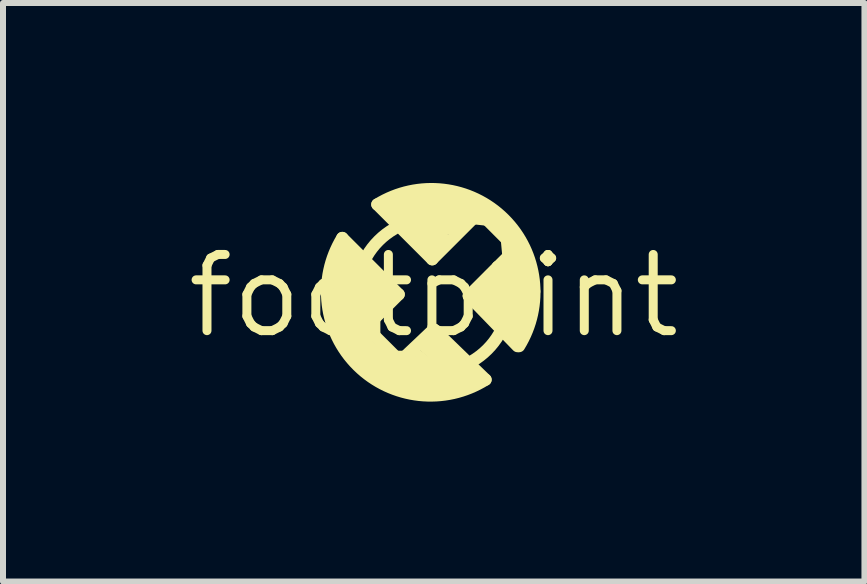
<source format=kicad_pcb>
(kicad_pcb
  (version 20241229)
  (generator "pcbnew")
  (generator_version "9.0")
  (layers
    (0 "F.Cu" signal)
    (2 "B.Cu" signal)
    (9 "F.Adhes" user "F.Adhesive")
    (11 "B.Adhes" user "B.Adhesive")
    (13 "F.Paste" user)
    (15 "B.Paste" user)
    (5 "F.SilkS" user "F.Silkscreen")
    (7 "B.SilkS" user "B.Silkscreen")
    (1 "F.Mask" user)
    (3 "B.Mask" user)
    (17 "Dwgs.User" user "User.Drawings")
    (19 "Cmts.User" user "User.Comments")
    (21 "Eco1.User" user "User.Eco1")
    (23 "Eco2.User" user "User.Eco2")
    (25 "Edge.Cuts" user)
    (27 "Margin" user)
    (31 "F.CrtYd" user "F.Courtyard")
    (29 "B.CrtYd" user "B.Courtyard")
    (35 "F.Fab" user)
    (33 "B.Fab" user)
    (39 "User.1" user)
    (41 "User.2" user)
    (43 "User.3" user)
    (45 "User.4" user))
  (footprint "footprint"
    (layer "F.Cu")
    (at 4.18 1.882)
    (property "Reference" "footprint" (at 0 0 0) (layer "F.SilkS") (effects (font (size 1.27 1.27) (thickness 0.15))))
    (fp_line (start -1.676 -0.432) (end -0.991 0.203) (stroke (width 0.203) (type solid)) (layer "F.SilkS"))
    (fp_line (start -1.651 -0.254) (end -1.651 -0.025) (stroke (width 0.203) (type solid)) (layer "F.SilkS"))
    (fp_line (start -1.651 -0.025) (end -1.067 0.533) (stroke (width 0.203) (type solid)) (layer "F.SilkS"))
    (fp_line (start -1.651 0.178) (end -1.575 0.406) (stroke (width 0.203) (type solid)) (layer "F.SilkS"))
    (fp_line (start -1.575 0.406) (end -0.229 1.575) (stroke (width 0.203) (type solid)) (layer "F.SilkS"))
    (fp_line (start -1.549 -0.787) (end -0.813 -0.025) (stroke (width 0.203) (type solid)) (layer "F.SilkS"))
    (fp_line (start -1.524 -0.965) (end -0.584 -0.025) (stroke (width 0.203) (type solid)) (layer "F.SilkS"))
    (fp_line (start -1.499 0.61) (end -0.864 1.372) (stroke (width 0.203) (type solid)) (layer "F.SilkS"))
    (fp_line (start -1.092 0.686) (end -1.651 0.178) (stroke (width 0.203) (type solid)) (layer "F.SilkS"))
    (fp_line (start -1.067 0.33) (end -1.651 -0.254) (stroke (width 0.203) (type solid)) (layer "F.SilkS"))
    (fp_line (start -1.067 0.533) (end -1.092 0.686) (stroke (width 0.203) (type solid)) (layer "F.SilkS"))
    (fp_line (start -0.991 0.203) (end -1.067 0.33) (stroke (width 0.203) (type solid)) (layer "F.SilkS"))
    (fp_line (start -0.991 0.381) (end -0.991 0.66) (stroke (width 0.203) (type solid)) (layer "F.SilkS"))
    (fp_line (start -0.991 0.66) (end -0.635 1.016) (stroke (width 0.203) (type solid)) (layer "F.SilkS"))
    (fp_line (start -0.94 -1.524) (end -0.025 -0.61) (stroke (width 0.203) (type solid)) (layer "F.SilkS"))
    (fp_line (start -0.838 0.127) (end -1.575 -0.584) (stroke (width 0.203) (type solid)) (layer "F.SilkS"))
    (fp_line (start -0.787 -1.549) (end 0.762 -1.499) (stroke (width 0.203) (type solid)) (layer "F.SilkS"))
    (fp_line (start -0.737 -1.397) (end 0.94 -1.372) (stroke (width 0.203) (type solid)) (layer "F.SilkS"))
    (fp_line (start -0.635 1.016) (end -0.483 1.016) (stroke (width 0.203) (type solid)) (layer "F.SilkS"))
    (fp_line (start -0.584 -0.025) (end -0.991 0.381) (stroke (width 0.203) (type solid)) (layer "F.SilkS"))
    (fp_line (start -0.584 1.118) (end -0.051 1.549) (stroke (width 0.203) (type solid)) (layer "F.SilkS"))
    (fp_line (start -0.584 1.448) (end -1.499 0.61) (stroke (width 0.203) (type solid)) (layer "F.SilkS"))
    (fp_line (start -0.533 -1.245) (end 0.483 -1.245) (stroke (width 0.203) (type solid)) (layer "F.SilkS"))
    (fp_line (start -0.508 -1.651) (end 0.508 -1.626) (stroke (width 0.203) (type solid)) (layer "F.SilkS"))
    (fp_line (start -0.483 1.016) (end 0 0.559) (stroke (width 0.203) (type solid)) (layer "F.SilkS"))
    (fp_line (start -0.406 -1.118) (end 0.356 -1.118) (stroke (width 0.203) (type solid)) (layer "F.SilkS"))
    (fp_line (start -0.305 -0.965) (end 0.152 -0.965) (stroke (width 0.203) (type solid)) (layer "F.SilkS"))
    (fp_line (start -0.305 0.965) (end 0.33 1.499) (stroke (width 0.203) (type solid)) (layer "F.SilkS"))
    (fp_line (start -0.229 1.575) (end -0.584 1.448) (stroke (width 0.203) (type solid)) (layer "F.SilkS"))
    (fp_line (start -0.102 -0.813) (end 0.051 -0.838) (stroke (width 0.203) (type solid)) (layer "F.SilkS"))
    (fp_line (start -0.076 0.737) (end 0.635 1.346) (stroke (width 0.203) (type solid)) (layer "F.SilkS"))
    (fp_line (start -0.025 -0.61) (end 0.66 -1.295) (stroke (width 0.203) (type solid)) (layer "F.SilkS"))
    (fp_line (start 0 0.559) (end 0.864 1.397) (stroke (width 0.203) (type solid)) (layer "F.SilkS"))
    (fp_line (start 0.127 1.549) (end -0.356 1.092) (stroke (width 0.203) (type solid)) (layer "F.SilkS"))
    (fp_line (start 0.533 1.473) (end -0.178 0.813) (stroke (width 0.203) (type solid)) (layer "F.SilkS"))
    (fp_line (start 0.584 0) (end 1.397 0.838) (stroke (width 0.203) (type solid)) (layer "F.SilkS"))
    (fp_line (start 0.66 -1.295) (end 0.889 -1.27) (stroke (width 0.203) (type solid)) (layer "F.SilkS"))
    (fp_line (start 0.686 -0.051) (end 1.575 0.076) (stroke (width 0.203) (type solid)) (layer "F.SilkS"))
    (fp_line (start 0.787 0.076) (end 1.575 0.229) (stroke (width 0.203) (type solid)) (layer "F.SilkS"))
    (fp_line (start 0.864 -0.178) (end 1.676 -0.076) (stroke (width 0.203) (type solid)) (layer "F.SilkS"))
    (fp_line (start 0.889 -1.27) (end 1.219 -0.94) (stroke (width 0.203) (type solid)) (layer "F.SilkS"))
    (fp_line (start 0.94 0.229) (end 1.549 0.381) (stroke (width 0.203) (type solid)) (layer "F.SilkS"))
    (fp_line (start 0.991 -1.321) (end 1.219 -1.118) (stroke (width 0.203) (type solid)) (layer "F.SilkS"))
    (fp_line (start 1.041 -0.33) (end 1.6 -0.254) (stroke (width 0.203) (type solid)) (layer "F.SilkS"))
    (fp_line (start 1.067 -0.483) (end 0.584 0) (stroke (width 0.203) (type solid)) (layer "F.SilkS"))
    (fp_line (start 1.067 -0.483) (end 1.575 -0.406) (stroke (width 0.203) (type solid)) (layer "F.SilkS"))
    (fp_line (start 1.118 0.406) (end 1.422 0.508) (stroke (width 0.203) (type solid)) (layer "F.SilkS"))
    (fp_line (start 1.219 -0.94) (end 1.245 -0.66) (stroke (width 0.203) (type solid)) (layer "F.SilkS"))
    (fp_line (start 1.245 -0.66) (end 1.067 -0.483) (stroke (width 0.203) (type solid)) (layer "F.SilkS"))
    (fp_line (start 1.295 -0.914) (end 1.448 -0.889) (stroke (width 0.203) (type solid)) (layer "F.SilkS"))
    (fp_line (start 1.295 -0.584) (end 1.473 -0.559) (stroke (width 0.203) (type solid)) (layer "F.SilkS"))
    (fp_line (start 1.295 0.559) (end 1.372 0.686) (stroke (width 0.203) (type solid)) (layer "F.SilkS"))
    (fp_line (start 1.321 -0.762) (end 1.499 -0.737) (stroke (width 0.203) (type solid)) (layer "F.SilkS"))
    (fp_arc (start -1.1176 -0.6604) (mid -0.919173 -0.919173) (end -0.6604 -1.1176) (stroke (width 0.2032) (type solid)) (layer "F.SilkS"))
    (fp_arc (start -0.939798 -1.524) (mid 1.175599 -1.277197) (end 1.4224 0.8382) (stroke (width 0.2032) (type solid)) (layer "F.SilkS"))
    (fp_arc (start 0.863601 1.397) (mid -1.266789 1.16256) (end -1.524 -0.9652) (stroke (width 0.2032) (type solid)) (layer "F.SilkS"))
    (fp_arc (start 1.0922 0.635) (mid 0.893773 0.893773) (end 0.635 1.0922) (stroke (width 0.2032) (type solid)) (layer "F.SilkS")))
  (gr_rect
    (start -3 -3)
    (end 11.36 6.644)
    (stroke (width 0.1) (type default))
    (fill no)
    (layer "Edge.Cuts")))
</source>
